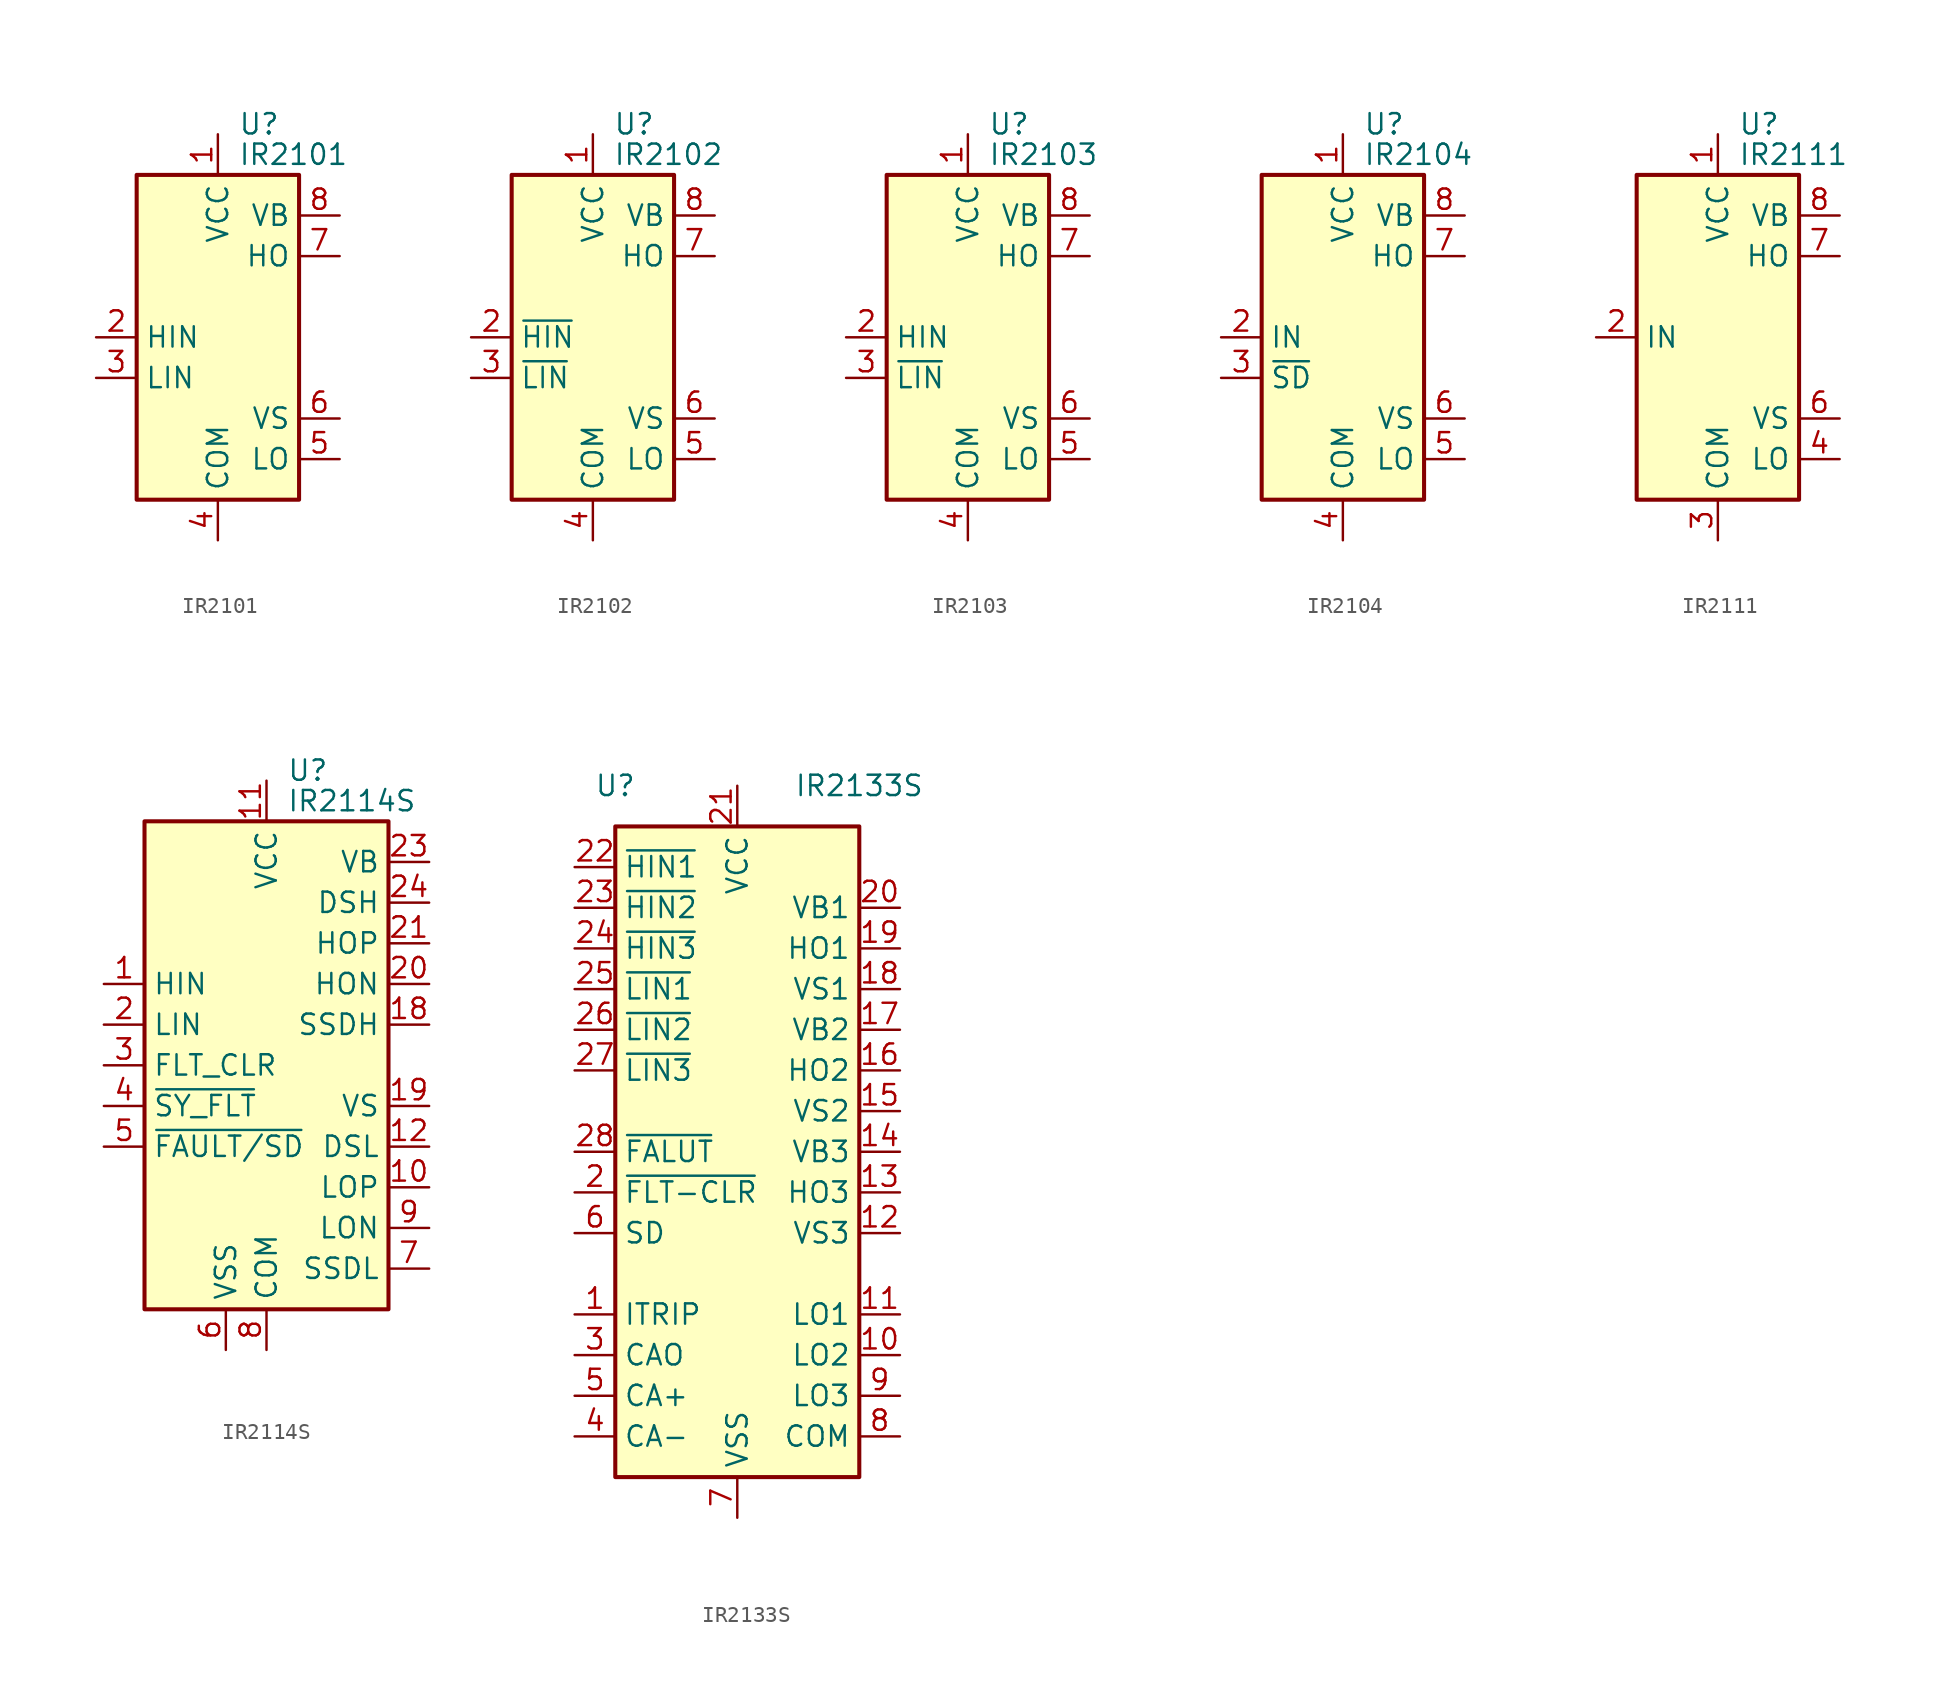
<source format=kicad_sym>
(kicad_symbol_lib
  (version 20211014)
  (generator kicad_symbol_editor)
  (symbol "IR2101"
    (property "Reference" "U"
      (at 1.27 13.335 0)
      (effects (font (size 1.27 1.27)) (justify left)))
    (property "Value" "IR2101"
      (at 1.27 11.43 0)
      (effects (font (size 1.27 1.27)) (justify left)))
    (symbol "IR2101_0_1"
      (rectangle (start -5.08 -10.16) (end 5.08 10.16) (stroke (width 0.254) (type default) (color 0 0 0 0)) (fill (type background))))
    (symbol "IR2101_1_1"
      (pin power_in line (at 0 12.7 270) (length 2.54) (name "VCC" (effects (font (size 1.27 1.27)))) (number "1" (effects (font (size 1.27 1.27)))))
      (pin input line (at -7.62 0 0) (length 2.54) (name "HIN" (effects (font (size 1.27 1.27)))) (number "2" (effects (font (size 1.27 1.27)))))
      (pin input line (at -7.62 -2.54 0) (length 2.54) (name "LIN" (effects (font (size 1.27 1.27)))) (number "3" (effects (font (size 1.27 1.27)))))
      (pin power_in line (at 0 -12.7 90) (length 2.54) (name "COM" (effects (font (size 1.27 1.27)))) (number "4" (effects (font (size 1.27 1.27)))))
      (pin output line (at 7.62 -7.62 180) (length 2.54) (name "LO" (effects (font (size 1.27 1.27)))) (number "5" (effects (font (size 1.27 1.27)))))
      (pin passive line (at 7.62 -5.08 180) (length 2.54) (name "VS" (effects (font (size 1.27 1.27)))) (number "6" (effects (font (size 1.27 1.27)))))
      (pin output line (at 7.62 5.08 180) (length 2.54) (name "HO" (effects (font (size 1.27 1.27)))) (number "7" (effects (font (size 1.27 1.27)))))
      (pin passive line (at 7.62 7.62 180) (length 2.54) (name "VB" (effects (font (size 1.27 1.27)))) (number "8" (effects (font (size 1.27 1.27)))))))
  (symbol "IR2102"
    (property "Reference" "U"
      (at 1.27 13.335 0)
      (effects (font (size 1.27 1.27)) (justify left)))
    (property "Value" "IR2102"
      (at 1.27 11.43 0)
      (effects (font (size 1.27 1.27)) (justify left)))
    (symbol "IR2102_0_1"
      (rectangle (start -5.08 -10.16) (end 5.08 10.16) (stroke (width 0.254) (type default) (color 0 0 0 0)) (fill (type background))))
    (symbol "IR2102_1_1"
      (pin power_in line (at 0 12.7 270) (length 2.54) (name "VCC" (effects (font (size 1.27 1.27)))) (number "1" (effects (font (size 1.27 1.27)))))
      (pin input line (at -7.62 0 0) (length 2.54) (name "~{HIN}" (effects (font (size 1.27 1.27)))) (number "2" (effects (font (size 1.27 1.27)))))
      (pin input line (at -7.62 -2.54 0) (length 2.54) (name "~{LIN}" (effects (font (size 1.27 1.27)))) (number "3" (effects (font (size 1.27 1.27)))))
      (pin power_in line (at 0 -12.7 90) (length 2.54) (name "COM" (effects (font (size 1.27 1.27)))) (number "4" (effects (font (size 1.27 1.27)))))
      (pin output line (at 7.62 -7.62 180) (length 2.54) (name "LO" (effects (font (size 1.27 1.27)))) (number "5" (effects (font (size 1.27 1.27)))))
      (pin passive line (at 7.62 -5.08 180) (length 2.54) (name "VS" (effects (font (size 1.27 1.27)))) (number "6" (effects (font (size 1.27 1.27)))))
      (pin output line (at 7.62 5.08 180) (length 2.54) (name "HO" (effects (font (size 1.27 1.27)))) (number "7" (effects (font (size 1.27 1.27)))))
      (pin passive line (at 7.62 7.62 180) (length 2.54) (name "VB" (effects (font (size 1.27 1.27)))) (number "8" (effects (font (size 1.27 1.27)))))))
  (symbol "IR2103"
    (property "Reference" "U"
      (at 1.27 13.335 0)
      (effects (font (size 1.27 1.27)) (justify left)))
    (property "Value" "IR2103"
      (at 1.27 11.43 0)
      (effects (font (size 1.27 1.27)) (justify left)))
    (symbol "IR2103_0_1"
      (rectangle (start -5.08 -10.16) (end 5.08 10.16) (stroke (width 0.254) (type default) (color 0 0 0 0)) (fill (type background))))
    (symbol "IR2103_1_1"
      (pin power_in line (at 0 12.7 270) (length 2.54) (name "VCC" (effects (font (size 1.27 1.27)))) (number "1" (effects (font (size 1.27 1.27)))))
      (pin input line (at -7.62 0 0) (length 2.54) (name "HIN" (effects (font (size 1.27 1.27)))) (number "2" (effects (font (size 1.27 1.27)))))
      (pin input line (at -7.62 -2.54 0) (length 2.54) (name "~{LIN}" (effects (font (size 1.27 1.27)))) (number "3" (effects (font (size 1.27 1.27)))))
      (pin power_in line (at 0 -12.7 90) (length 2.54) (name "COM" (effects (font (size 1.27 1.27)))) (number "4" (effects (font (size 1.27 1.27)))))
      (pin output line (at 7.62 -7.62 180) (length 2.54) (name "LO" (effects (font (size 1.27 1.27)))) (number "5" (effects (font (size 1.27 1.27)))))
      (pin passive line (at 7.62 -5.08 180) (length 2.54) (name "VS" (effects (font (size 1.27 1.27)))) (number "6" (effects (font (size 1.27 1.27)))))
      (pin output line (at 7.62 5.08 180) (length 2.54) (name "HO" (effects (font (size 1.27 1.27)))) (number "7" (effects (font (size 1.27 1.27)))))
      (pin passive line (at 7.62 7.62 180) (length 2.54) (name "VB" (effects (font (size 1.27 1.27)))) (number "8" (effects (font (size 1.27 1.27)))))))
  (symbol "IR2104"
    (property "Reference" "U"
      (at 1.27 13.335 0)
      (effects (font (size 1.27 1.27)) (justify left)))
    (property "Value" "IR2104"
      (at 1.27 11.43 0)
      (effects (font (size 1.27 1.27)) (justify left)))
    (symbol "IR2104_0_1"
      (rectangle (start -5.08 -10.16) (end 5.08 10.16) (stroke (width 0.254) (type default) (color 0 0 0 0)) (fill (type background))))
    (symbol "IR2104_1_1"
      (pin power_in line (at 0 12.7 270) (length 2.54) (name "VCC" (effects (font (size 1.27 1.27)))) (number "1" (effects (font (size 1.27 1.27)))))
      (pin input line (at -7.62 0 0) (length 2.54) (name "IN" (effects (font (size 1.27 1.27)))) (number "2" (effects (font (size 1.27 1.27)))))
      (pin input line (at -7.62 -2.54 0) (length 2.54) (name "~{SD}" (effects (font (size 1.27 1.27)))) (number "3" (effects (font (size 1.27 1.27)))))
      (pin power_in line (at 0 -12.7 90) (length 2.54) (name "COM" (effects (font (size 1.27 1.27)))) (number "4" (effects (font (size 1.27 1.27)))))
      (pin output line (at 7.62 -7.62 180) (length 2.54) (name "LO" (effects (font (size 1.27 1.27)))) (number "5" (effects (font (size 1.27 1.27)))))
      (pin passive line (at 7.62 -5.08 180) (length 2.54) (name "VS" (effects (font (size 1.27 1.27)))) (number "6" (effects (font (size 1.27 1.27)))))
      (pin output line (at 7.62 5.08 180) (length 2.54) (name "HO" (effects (font (size 1.27 1.27)))) (number "7" (effects (font (size 1.27 1.27)))))
      (pin passive line (at 7.62 7.62 180) (length 2.54) (name "VB" (effects (font (size 1.27 1.27)))) (number "8" (effects (font (size 1.27 1.27)))))))
  (symbol "IR2111"
    (property "Reference" "U"
      (at 1.27 13.335 0)
      (effects (font (size 1.27 1.27)) (justify left)))
    (property "Value" "IR2111"
      (at 1.27 11.43 0)
      (effects (font (size 1.27 1.27)) (justify left)))
    (symbol "IR2111_0_1"
      (rectangle (start -5.08 -10.16) (end 5.08 10.16) (stroke (width 0.254) (type default) (color 0 0 0 0)) (fill (type background))))
    (symbol "IR2111_1_1"
      (pin power_in line (at 0 12.7 270) (length 2.54) (name "VCC" (effects (font (size 1.27 1.27)))) (number "1" (effects (font (size 1.27 1.27)))))
      (pin input line (at -7.62 0 0) (length 2.54) (name "IN" (effects (font (size 1.27 1.27)))) (number "2" (effects (font (size 1.27 1.27)))))
      (pin power_in line (at 0 -12.7 90) (length 2.54) (name "COM" (effects (font (size 1.27 1.27)))) (number "3" (effects (font (size 1.27 1.27)))))
      (pin output line (at 7.62 -7.62 180) (length 2.54) (name "LO" (effects (font (size 1.27 1.27)))) (number "4" (effects (font (size 1.27 1.27)))))
      (pin no_connect line (at -5.08 7.62 0) (length 2.54) hide (name "NC" (effects (font (size 1.27 1.27)))) (number "5" (effects (font (size 1.27 1.27)))))
      (pin passive line (at 7.62 -5.08 180) (length 2.54) (name "VS" (effects (font (size 1.27 1.27)))) (number "6" (effects (font (size 1.27 1.27)))))
      (pin output line (at 7.62 5.08 180) (length 2.54) (name "HO" (effects (font (size 1.27 1.27)))) (number "7" (effects (font (size 1.27 1.27)))))
      (pin passive line (at 7.62 7.62 180) (length 2.54) (name "VB" (effects (font (size 1.27 1.27)))) (number "8" (effects (font (size 1.27 1.27)))))))
  (symbol "IR2114S"
    (property "Reference" "U"
      (at 1.27 18.415 0)
      (effects (font (size 1.27 1.27)) (justify left)))
    (property "Value" "IR2114S"
      (at 1.27 16.51 0)
      (effects (font (size 1.27 1.27)) (justify left)))
    (symbol "IR2114S_0_1"
      (rectangle (start -7.62 -15.24) (end 7.62 15.24) (stroke (width 0.254) (type default) (color 0 0 0 0)) (fill (type background))))
    (symbol "IR2114S_1_1"
      (pin input line (at -10.16 5.08 0) (length 2.54) (name "HIN" (effects (font (size 1.27 1.27)))) (number "1" (effects (font (size 1.27 1.27)))))
      (pin output line (at 10.16 -7.62 180) (length 2.54) (name "LOP" (effects (font (size 1.27 1.27)))) (number "10" (effects (font (size 1.27 1.27)))))
      (pin power_in line (at 0 17.78 270) (length 2.54) (name "VCC" (effects (font (size 1.27 1.27)))) (number "11" (effects (font (size 1.27 1.27)))))
      (pin input line (at 10.16 -5.08 180) (length 2.54) (name "DSL" (effects (font (size 1.27 1.27)))) (number "12" (effects (font (size 1.27 1.27)))))
      (pin no_connect line (at -7.62 12.7 0) (length 2.54) hide (name "NC" (effects (font (size 1.27 1.27)))) (number "13" (effects (font (size 1.27 1.27)))))
      (pin no_connect line (at -7.62 10.16 0) (length 2.54) hide (name "NC" (effects (font (size 1.27 1.27)))) (number "14" (effects (font (size 1.27 1.27)))))
      (pin no_connect line (at -7.62 7.62 0) (length 2.54) hide (name "NC" (effects (font (size 1.27 1.27)))) (number "15" (effects (font (size 1.27 1.27)))))
      (pin no_connect line (at -7.62 -7.62 0) (length 2.54) hide (name "NC" (effects (font (size 1.27 1.27)))) (number "16" (effects (font (size 1.27 1.27)))))
      (pin no_connect line (at -7.62 -10.16 0) (length 2.54) hide (name "NC" (effects (font (size 1.27 1.27)))) (number "17" (effects (font (size 1.27 1.27)))))
      (pin input line (at 10.16 2.54 180) (length 2.54) (name "SSDH" (effects (font (size 1.27 1.27)))) (number "18" (effects (font (size 1.27 1.27)))))
      (pin passive line (at 10.16 -2.54 180) (length 2.54) (name "VS" (effects (font (size 1.27 1.27)))) (number "19" (effects (font (size 1.27 1.27)))))
      (pin input line (at -10.16 2.54 0) (length 2.54) (name "LIN" (effects (font (size 1.27 1.27)))) (number "2" (effects (font (size 1.27 1.27)))))
      (pin output line (at 10.16 5.08 180) (length 2.54) (name "HON" (effects (font (size 1.27 1.27)))) (number "20" (effects (font (size 1.27 1.27)))))
      (pin output line (at 10.16 7.62 180) (length 2.54) (name "HOP" (effects (font (size 1.27 1.27)))) (number "21" (effects (font (size 1.27 1.27)))))
      (pin no_connect line (at -7.62 -12.7 0) (length 2.54) hide (name "NC" (effects (font (size 1.27 1.27)))) (number "22" (effects (font (size 1.27 1.27)))))
      (pin passive line (at 10.16 12.7 180) (length 2.54) (name "VB" (effects (font (size 1.27 1.27)))) (number "23" (effects (font (size 1.27 1.27)))))
      (pin input line (at 10.16 10.16 180) (length 2.54) (name "DSH" (effects (font (size 1.27 1.27)))) (number "24" (effects (font (size 1.27 1.27)))))
      (pin input line (at -10.16 0 0) (length 2.54) (name "FLT_CLR" (effects (font (size 1.27 1.27)))) (number "3" (effects (font (size 1.27 1.27)))))
      (pin bidirectional line (at -10.16 -2.54 0) (length 2.54) (name "~{SY_FLT}" (effects (font (size 1.27 1.27)))) (number "4" (effects (font (size 1.27 1.27)))))
      (pin bidirectional line (at -10.16 -5.08 0) (length 2.54) (name "~{FAULT/SD}" (effects (font (size 1.27 1.27)))) (number "5" (effects (font (size 1.27 1.27)))))
      (pin power_in line (at -2.54 -17.78 90) (length 2.54) (name "VSS" (effects (font (size 1.27 1.27)))) (number "6" (effects (font (size 1.27 1.27)))))
      (pin input line (at 10.16 -12.7 180) (length 2.54) (name "SSDL" (effects (font (size 1.27 1.27)))) (number "7" (effects (font (size 1.27 1.27)))))
      (pin power_in line (at 0 -17.78 90) (length 2.54) (name "COM" (effects (font (size 1.27 1.27)))) (number "8" (effects (font (size 1.27 1.27)))))
      (pin output line (at 10.16 -10.16 180) (length 2.54) (name "LON" (effects (font (size 1.27 1.27)))) (number "9" (effects (font (size 1.27 1.27)))))))
  (symbol "IR2133S"
    (property "Reference" "U"
      (at -7.62 22.86 0)
      (effects (font (size 1.27 1.27))))
    (property "Value" "IR2133S"
      (at 7.62 22.86 0)
      (effects (font (size 1.27 1.27))))
    (symbol "IR2133S_1_1"
      (rectangle (start -7.62 -20.32) (end 7.62 20.32) (stroke (width 0.254) (type default) (color 0 0 0 0)) (fill (type background)))
      (pin input line (at -10.16 -10.16 0) (length 2.54) (name "ITRIP" (effects (font (size 1.27 1.27)))) (number "1" (effects (font (size 1.27 1.27)))))
      (pin output line (at 10.16 -12.7 180) (length 2.54) (name "LO2" (effects (font (size 1.27 1.27)))) (number "10" (effects (font (size 1.27 1.27)))))
      (pin output line (at 10.16 -10.16 180) (length 2.54) (name "LO1" (effects (font (size 1.27 1.27)))) (number "11" (effects (font (size 1.27 1.27)))))
      (pin passive line (at 10.16 -5.08 180) (length 2.54) (name "VS3" (effects (font (size 1.27 1.27)))) (number "12" (effects (font (size 1.27 1.27)))))
      (pin output line (at 10.16 -2.54 180) (length 2.54) (name "HO3" (effects (font (size 1.27 1.27)))) (number "13" (effects (font (size 1.27 1.27)))))
      (pin passive line (at 10.16 0 180) (length 2.54) (name "VB3" (effects (font (size 1.27 1.27)))) (number "14" (effects (font (size 1.27 1.27)))))
      (pin passive line (at 10.16 2.54 180) (length 2.54) (name "VS2" (effects (font (size 1.27 1.27)))) (number "15" (effects (font (size 1.27 1.27)))))
      (pin output line (at 10.16 5.08 180) (length 2.54) (name "HO2" (effects (font (size 1.27 1.27)))) (number "16" (effects (font (size 1.27 1.27)))))
      (pin passive line (at 10.16 7.62 180) (length 2.54) (name "VB2" (effects (font (size 1.27 1.27)))) (number "17" (effects (font (size 1.27 1.27)))))
      (pin passive line (at 10.16 10.16 180) (length 2.54) (name "VS1" (effects (font (size 1.27 1.27)))) (number "18" (effects (font (size 1.27 1.27)))))
      (pin output line (at 10.16 12.7 180) (length 2.54) (name "HO1" (effects (font (size 1.27 1.27)))) (number "19" (effects (font (size 1.27 1.27)))))
      (pin input line (at -10.16 -2.54 0) (length 2.54) (name "~{FLT-CLR}" (effects (font (size 1.27 1.27)))) (number "2" (effects (font (size 1.27 1.27)))))
      (pin passive line (at 10.16 15.24 180) (length 2.54) (name "VB1" (effects (font (size 1.27 1.27)))) (number "20" (effects (font (size 1.27 1.27)))))
      (pin power_in line (at 0 22.86 270) (length 2.54) (name "VCC" (effects (font (size 1.27 1.27)))) (number "21" (effects (font (size 1.27 1.27)))))
      (pin input line (at -10.16 17.78 0) (length 2.54) (name "~{HIN1}" (effects (font (size 1.27 1.27)))) (number "22" (effects (font (size 1.27 1.27)))))
      (pin input line (at -10.16 15.24 0) (length 2.54) (name "~{HIN2}" (effects (font (size 1.27 1.27)))) (number "23" (effects (font (size 1.27 1.27)))))
      (pin input line (at -10.16 12.7 0) (length 2.54) (name "~{HIN3}" (effects (font (size 1.27 1.27)))) (number "24" (effects (font (size 1.27 1.27)))))
      (pin input line (at -10.16 10.16 0) (length 2.54) (name "~{LIN1}" (effects (font (size 1.27 1.27)))) (number "25" (effects (font (size 1.27 1.27)))))
      (pin input line (at -10.16 7.62 0) (length 2.54) (name "~{LIN2}" (effects (font (size 1.27 1.27)))) (number "26" (effects (font (size 1.27 1.27)))))
      (pin input line (at -10.16 5.08 0) (length 2.54) (name "~{LIN3}" (effects (font (size 1.27 1.27)))) (number "27" (effects (font (size 1.27 1.27)))))
      (pin output line (at -10.16 0 0) (length 2.54) (name "~{FALUT}" (effects (font (size 1.27 1.27)))) (number "28" (effects (font (size 1.27 1.27)))))
      (pin output line (at -10.16 -12.7 0) (length 2.54) (name "CAO" (effects (font (size 1.27 1.27)))) (number "3" (effects (font (size 1.27 1.27)))))
      (pin input line (at -10.16 -17.78 0) (length 2.54) (name "CA-" (effects (font (size 1.27 1.27)))) (number "4" (effects (font (size 1.27 1.27)))))
      (pin input line (at -10.16 -15.24 0) (length 2.54) (name "CA+" (effects (font (size 1.27 1.27)))) (number "5" (effects (font (size 1.27 1.27)))))
      (pin input line (at -10.16 -5.08 0) (length 2.54) (name "SD" (effects (font (size 1.27 1.27)))) (number "6" (effects (font (size 1.27 1.27)))))
      (pin power_in line (at 0 -22.86 90) (length 2.54) (name "VSS" (effects (font (size 1.27 1.27)))) (number "7" (effects (font (size 1.27 1.27)))))
      (pin passive line (at 10.16 -17.78 180) (length 2.54) (name "COM" (effects (font (size 1.27 1.27)))) (number "8" (effects (font (size 1.27 1.27)))))
      (pin output line (at 10.16 -15.24 180) (length 2.54) (name "LO3" (effects (font (size 1.27 1.27)))) (number "9" (effects (font (size 1.27 1.27))))))))
</source>
